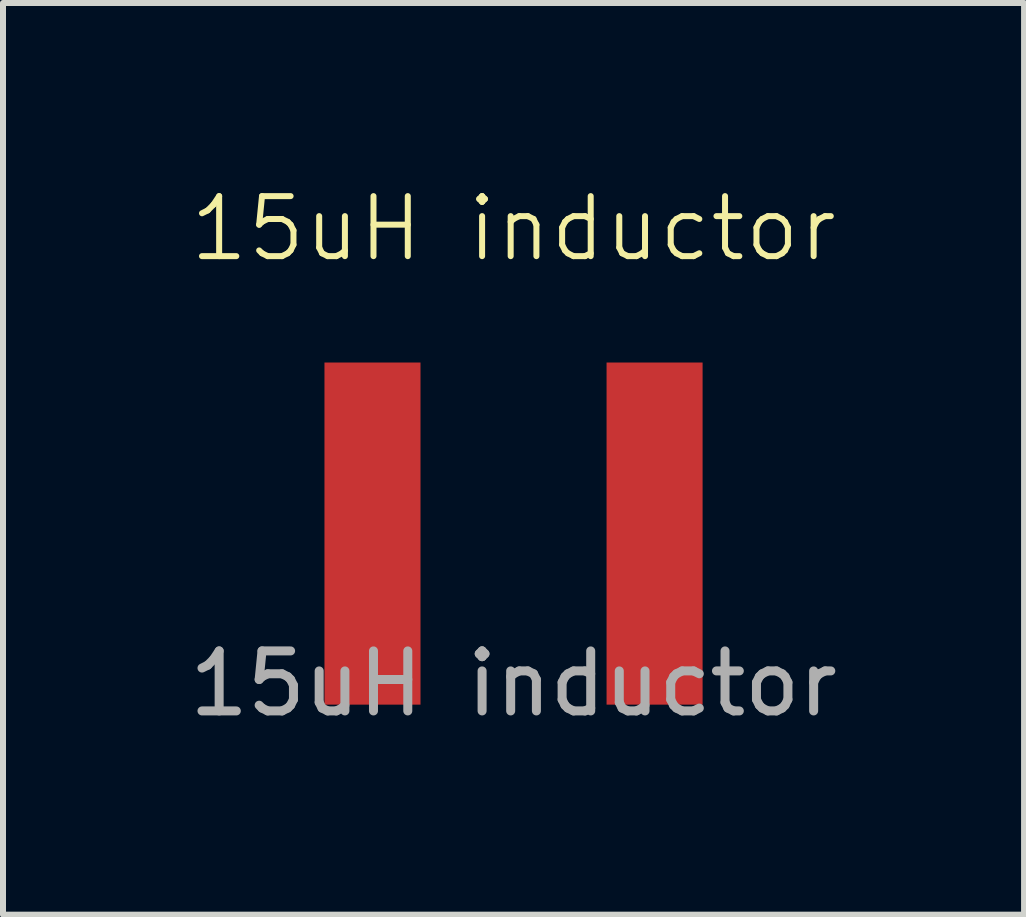
<source format=kicad_pcb>
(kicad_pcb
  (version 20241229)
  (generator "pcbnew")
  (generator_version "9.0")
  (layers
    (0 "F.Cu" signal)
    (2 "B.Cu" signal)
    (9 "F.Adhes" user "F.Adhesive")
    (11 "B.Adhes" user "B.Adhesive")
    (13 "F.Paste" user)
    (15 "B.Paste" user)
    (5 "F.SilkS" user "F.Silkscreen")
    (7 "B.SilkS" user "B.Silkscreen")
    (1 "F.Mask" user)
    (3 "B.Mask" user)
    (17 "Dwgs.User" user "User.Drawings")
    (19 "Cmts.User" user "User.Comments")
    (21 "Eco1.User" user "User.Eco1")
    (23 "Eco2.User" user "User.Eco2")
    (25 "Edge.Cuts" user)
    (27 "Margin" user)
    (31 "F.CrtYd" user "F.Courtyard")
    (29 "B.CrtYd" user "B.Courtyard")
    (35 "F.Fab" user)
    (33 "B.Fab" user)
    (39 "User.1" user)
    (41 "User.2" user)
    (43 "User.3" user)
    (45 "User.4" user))
  (footprint "15uH inductor"
    (layer "F.Cu")
    (at 5.506 5.84)
    (property "Reference" "15uH inductor" (at 0 -5.08 0) (unlocked yes) (layer "F.SilkS") (effects (font (size 1 1) (thickness 0.1))))
    (attr smd)
    (fp_text user "${REFERENCE}" (at 0 2.5 0) (unlocked yes) (layer "F.Fab") (effects (font (size 1 1) (thickness 0.15))))
    (pad "1" smd rect (at -2.35 0) (size 1.6 5.7) (layers "F.Cu" "F.Mask" "F.Paste"))
    (pad "2" smd rect (at 2.35 0) (size 1.6 5.7) (layers "F.Cu" "F.Mask" "F.Paste")))
  (gr_rect
    (start -3 -3)
    (end 14.012 12.189)
    (stroke (width 0.1) (type default))
    (fill no)
    (layer "Edge.Cuts")))
</source>
